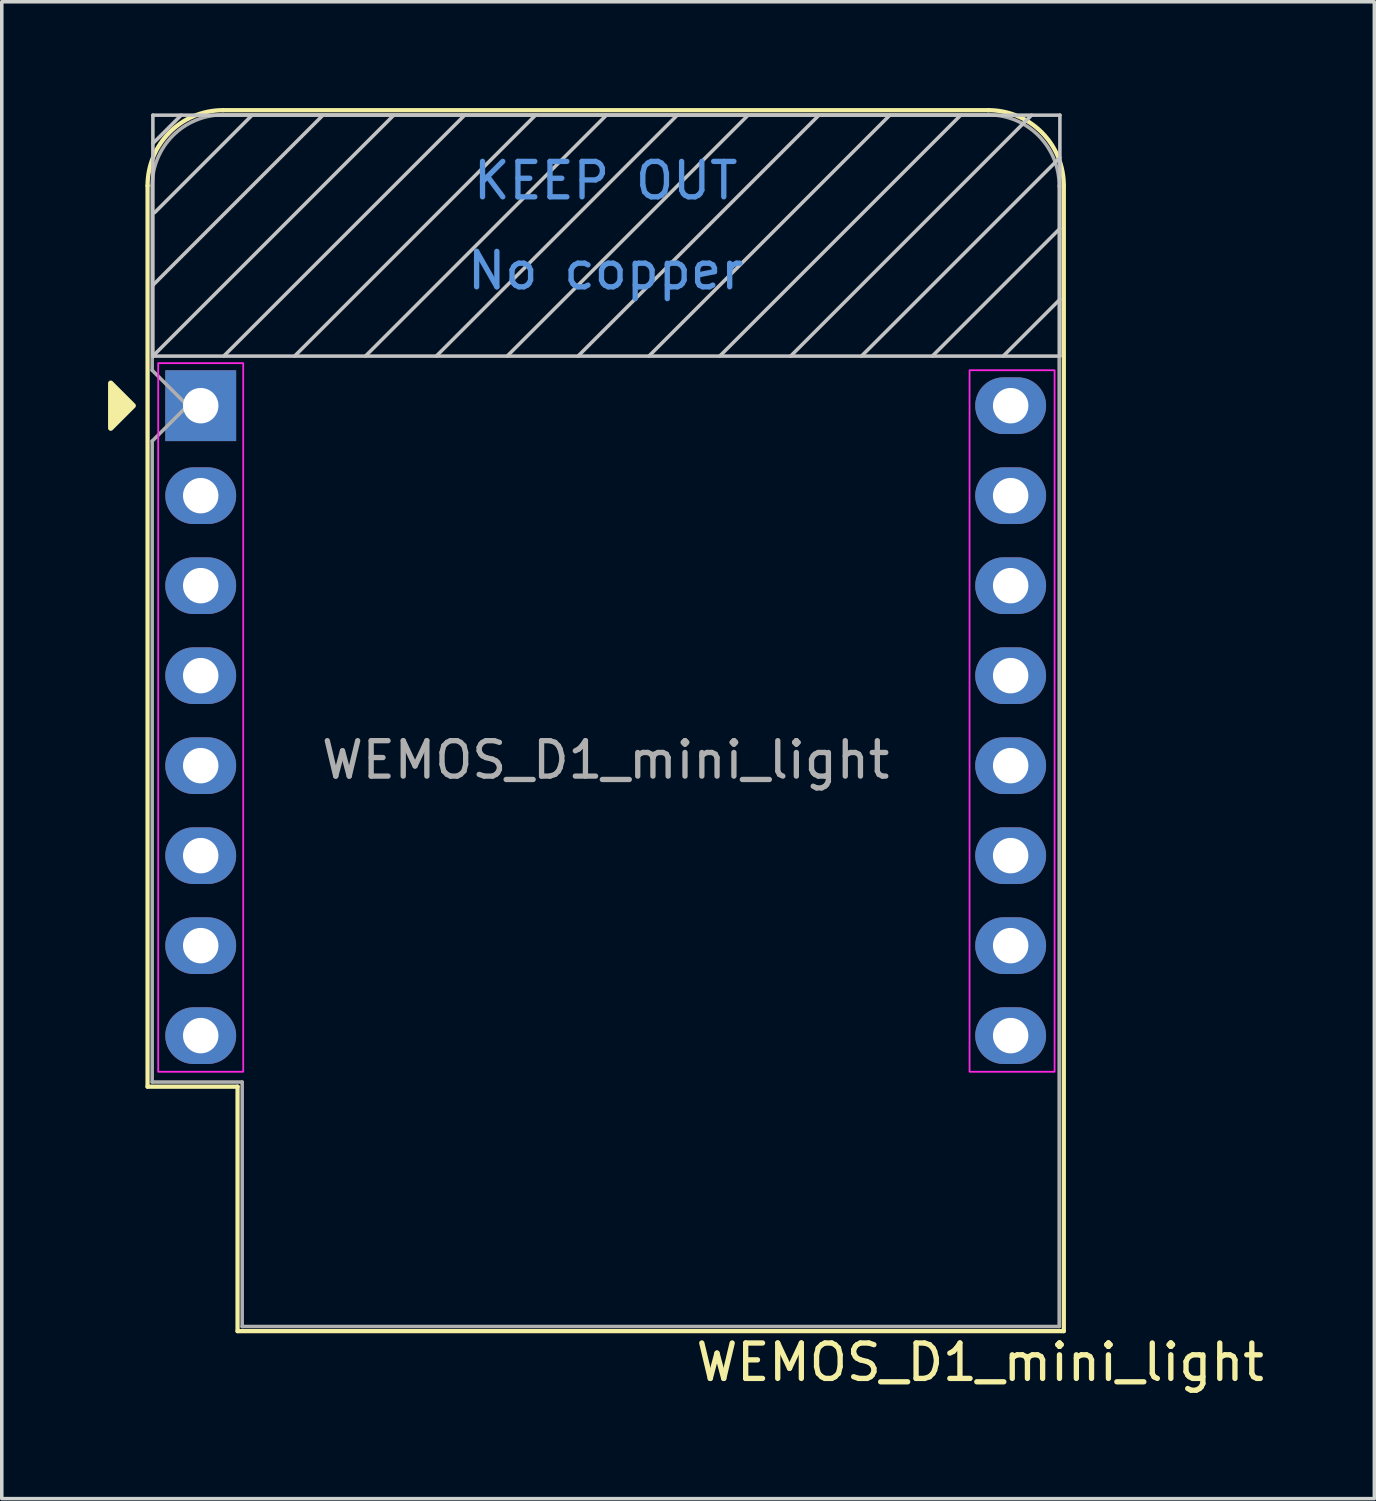
<source format=kicad_pcb>
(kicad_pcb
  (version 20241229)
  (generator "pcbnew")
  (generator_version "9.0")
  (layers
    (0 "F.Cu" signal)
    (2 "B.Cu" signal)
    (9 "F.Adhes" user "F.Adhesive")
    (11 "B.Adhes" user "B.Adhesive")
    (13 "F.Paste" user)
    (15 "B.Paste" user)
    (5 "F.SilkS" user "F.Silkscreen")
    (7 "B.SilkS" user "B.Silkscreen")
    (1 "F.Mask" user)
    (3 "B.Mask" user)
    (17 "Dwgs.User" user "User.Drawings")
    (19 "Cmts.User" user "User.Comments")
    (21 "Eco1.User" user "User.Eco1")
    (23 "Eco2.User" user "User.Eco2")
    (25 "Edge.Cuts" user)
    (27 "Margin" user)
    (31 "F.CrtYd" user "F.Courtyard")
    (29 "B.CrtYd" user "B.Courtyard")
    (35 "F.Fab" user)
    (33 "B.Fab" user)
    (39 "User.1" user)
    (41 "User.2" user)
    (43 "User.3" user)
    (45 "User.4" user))
  (footprint "WEMOS_D1_mini_light"
    (layer "F.Cu")
    (at 2.615 8.4)
    (property "Reference" "WEMOS_D1_mini_light" (at 22 27 0) (layer "F.SilkS") (effects (font (size 1 1) (thickness 0.15))))
    (attr through_hole)
    (fp_line (start -1.5 19.22) (end -1.5 -6.21) (stroke (width 0.12) (type solid)) (layer "F.SilkS"))
    (fp_line (start -1.5 19.22) (end 1.04 19.22) (stroke (width 0.12) (type solid)) (layer "F.SilkS"))
    (fp_line (start 1.04 19.22) (end 1.04 26.12) (stroke (width 0.12) (type solid)) (layer "F.SilkS"))
    (fp_line (start 1.04 26.12) (end 24.36 26.12) (stroke (width 0.12) (type solid)) (layer "F.SilkS"))
    (fp_line (start 22.24 -8.34) (end 0.63 -8.34) (stroke (width 0.12) (type solid)) (layer "F.SilkS"))
    (fp_line (start 24.36 26.12) (end 24.36 -6.21) (stroke (width 0.12) (type solid)) (layer "F.SilkS"))
    (fp_arc (start -1.5 -6.21) (mid -0.876137 -7.716137) (end 0.63 -8.34) (stroke (width 0.12) (type solid)) (layer "F.SilkS"))
    (fp_arc (start 22.23 -8.34) (mid 23.736137 -7.716137) (end 24.36 -6.21) (stroke (width 0.12) (type solid)) (layer "F.SilkS"))
    (fp_poly (pts (xy -2.54 -0.635) (xy -2.54 0.635) (xy -1.905 0)) (stroke (width 0.15) (type solid)) (fill yes) (layer "F.SilkS"))
    (fp_line (start -1.35 -8.2) (end -1.35 -1.4) (stroke (width 0.1) (type solid)) (layer "Dwgs.User"))
    (fp_line (start -1.35 -7.4) (end -0.55 -8.2) (stroke (width 0.1) (type solid)) (layer "Dwgs.User"))
    (fp_line (start -1.35 -3.4) (end 3.45 -8.2) (stroke (width 0.1) (type solid)) (layer "Dwgs.User"))
    (fp_line (start -1.35 -1.4) (end 5.45 -8.2) (stroke (width 0.1) (type solid)) (layer "Dwgs.User"))
    (fp_line (start -1.35 -1.4) (end 24.25 -1.4) (stroke (width 0.1) (type solid)) (layer "Dwgs.User"))
    (fp_line (start -1.3 -5.45) (end 1.45 -8.2) (stroke (width 0.1) (type solid)) (layer "Dwgs.User"))
    (fp_line (start 0.65 -1.4) (end 7.45 -8.2) (stroke (width 0.1) (type solid)) (layer "Dwgs.User"))
    (fp_line (start 2.65 -1.4) (end 9.45 -8.2) (stroke (width 0.1) (type solid)) (layer "Dwgs.User"))
    (fp_line (start 4.65 -1.4) (end 11.45 -8.2) (stroke (width 0.1) (type solid)) (layer "Dwgs.User"))
    (fp_line (start 6.65 -1.4) (end 13.45 -8.2) (stroke (width 0.1) (type solid)) (layer "Dwgs.User"))
    (fp_line (start 8.65 -1.4) (end 15.45 -8.2) (stroke (width 0.1) (type solid)) (layer "Dwgs.User"))
    (fp_line (start 10.65 -1.4) (end 17.45 -8.2) (stroke (width 0.1) (type solid)) (layer "Dwgs.User"))
    (fp_line (start 12.65 -1.4) (end 19.45 -8.2) (stroke (width 0.1) (type solid)) (layer "Dwgs.User"))
    (fp_line (start 14.65 -1.4) (end 21.45 -8.2) (stroke (width 0.1) (type solid)) (layer "Dwgs.User"))
    (fp_line (start 16.65 -1.4) (end 23.45 -8.2) (stroke (width 0.1) (type solid)) (layer "Dwgs.User"))
    (fp_line (start 18.65 -1.4) (end 24.25 -7) (stroke (width 0.1) (type solid)) (layer "Dwgs.User"))
    (fp_line (start 20.65 -1.4) (end 24.25 -5) (stroke (width 0.1) (type solid)) (layer "Dwgs.User"))
    (fp_line (start 22.65 -1.4) (end 24.25 -3) (stroke (width 0.1) (type solid)) (layer "Dwgs.User"))
    (fp_line (start 24.25 -8.2) (end -1.35 -8.2) (stroke (width 0.1) (type solid)) (layer "Dwgs.User"))
    (fp_line (start 24.25 -1.4) (end 24.25 -8.2) (stroke (width 0.1) (type solid)) (layer "Dwgs.User"))
    (fp_rect (start -1.2 -1.2) (end 1.2 18.8) (stroke (width 0.05) (type solid)) (fill no) (layer "F.CrtYd"))
    (fp_rect (start 21.7 -1) (end 24.1 18.8) (stroke (width 0.05) (type solid)) (fill no) (layer "F.CrtYd"))
    (fp_line (start -1.37 -6.21) (end -1.37 -1) (stroke (width 0.1) (type solid)) (layer "F.Fab"))
    (fp_line (start -1.37 1) (end -1.37 19.09) (stroke (width 0.1) (type solid)) (layer "F.Fab"))
    (fp_line (start -1.37 1) (end -0.37 0) (stroke (width 0.1) (type solid)) (layer "F.Fab"))
    (fp_line (start -1.37 19.09) (end 1.17 19.09) (stroke (width 0.1) (type solid)) (layer "F.Fab"))
    (fp_line (start -0.37 0) (end -1.37 -1) (stroke (width 0.1) (type solid)) (layer "F.Fab"))
    (fp_line (start 1.17 19.09) (end 1.17 25.99) (stroke (width 0.1) (type solid)) (layer "F.Fab"))
    (fp_line (start 1.17 25.99) (end 24.23 25.99) (stroke (width 0.1) (type solid)) (layer "F.Fab"))
    (fp_line (start 22.23 -8.21) (end 0.63 -8.21) (stroke (width 0.1) (type solid)) (layer "F.Fab"))
    (fp_line (start 24.23 25.99) (end 24.23 -6.21) (stroke (width 0.1) (type solid)) (layer "F.Fab"))
    (fp_arc (start -1.37 -6.21) (mid -0.784214 -7.624214) (end 0.63 -8.21) (stroke (width 0.1) (type solid)) (layer "F.Fab"))
    (fp_arc (start 22.25 -8.21) (mid 23.658356 -7.610071) (end 24.23 -6.19) (stroke (width 0.1) (type solid)) (layer "F.Fab"))
    (fp_text user "KEEP OUT" (at 11.43 -6.35 0) (layer "Cmts.User") (effects (font (size 1 1) (thickness 0.15))))
    (fp_text user "No copper" (at 11.43 -3.81 0) (layer "Cmts.User") (effects (font (size 1 1) (thickness 0.15))))
    (fp_text user "${REFERENCE}" (at 11.43 10 0) (layer "F.Fab") (effects (font (size 1 1) (thickness 0.15))))
    (pad "1" thru_hole rect (at 0 0) (size 2 2) (drill 1) (layers "*.Cu" "*.Mask"))
    (pad "2" thru_hole oval (at 0 2.54) (size 2 1.6) (drill 1) (layers "*.Cu" "*.Mask"))
    (pad "3" thru_hole oval (at 0 5.08) (size 2 1.6) (drill 1) (layers "*.Cu" "*.Mask"))
    (pad "4" thru_hole oval (at 0 7.62) (size 2 1.6) (drill 1) (layers "*.Cu" "*.Mask"))
    (pad "5" thru_hole oval (at 0 10.16) (size 2 1.6) (drill 1) (layers "*.Cu" "*.Mask"))
    (pad "6" thru_hole oval (at 0 12.7) (size 2 1.6) (drill 1) (layers "*.Cu" "*.Mask"))
    (pad "7" thru_hole oval (at 0 15.24) (size 2 1.6) (drill 1) (layers "*.Cu" "*.Mask"))
    (pad "8" thru_hole oval (at 0 17.78) (size 2 1.6) (drill 1) (layers "*.Cu" "*.Mask"))
    (pad "9" thru_hole oval (at 22.86 17.78) (size 2 1.6) (drill 1) (layers "*.Cu" "*.Mask"))
    (pad "10" thru_hole oval (at 22.86 15.24) (size 2 1.6) (drill 1) (layers "*.Cu" "*.Mask"))
    (pad "11" thru_hole oval (at 22.86 12.7) (size 2 1.6) (drill 1) (layers "*.Cu" "*.Mask"))
    (pad "12" thru_hole oval (at 22.86 10.16) (size 2 1.6) (drill 1) (layers "*.Cu" "*.Mask"))
    (pad "13" thru_hole oval (at 22.86 7.62) (size 2 1.6) (drill 1) (layers "*.Cu" "*.Mask"))
    (pad "14" thru_hole oval (at 22.86 5.08) (size 2 1.6) (drill 1) (layers "*.Cu" "*.Mask"))
    (pad "15" thru_hole oval (at 22.86 2.54) (size 2 1.6) (drill 1) (layers "*.Cu" "*.Mask"))
    (pad "16" thru_hole oval (at 22.86 0) (size 2 1.6) (drill 1) (layers "*.Cu" "*.Mask")))
  (gr_rect
    (start -3 -3)
    (end 35.74 39.248)
    (stroke (width 0.1) (type default))
    (fill no)
    (layer "Edge.Cuts")))
</source>
